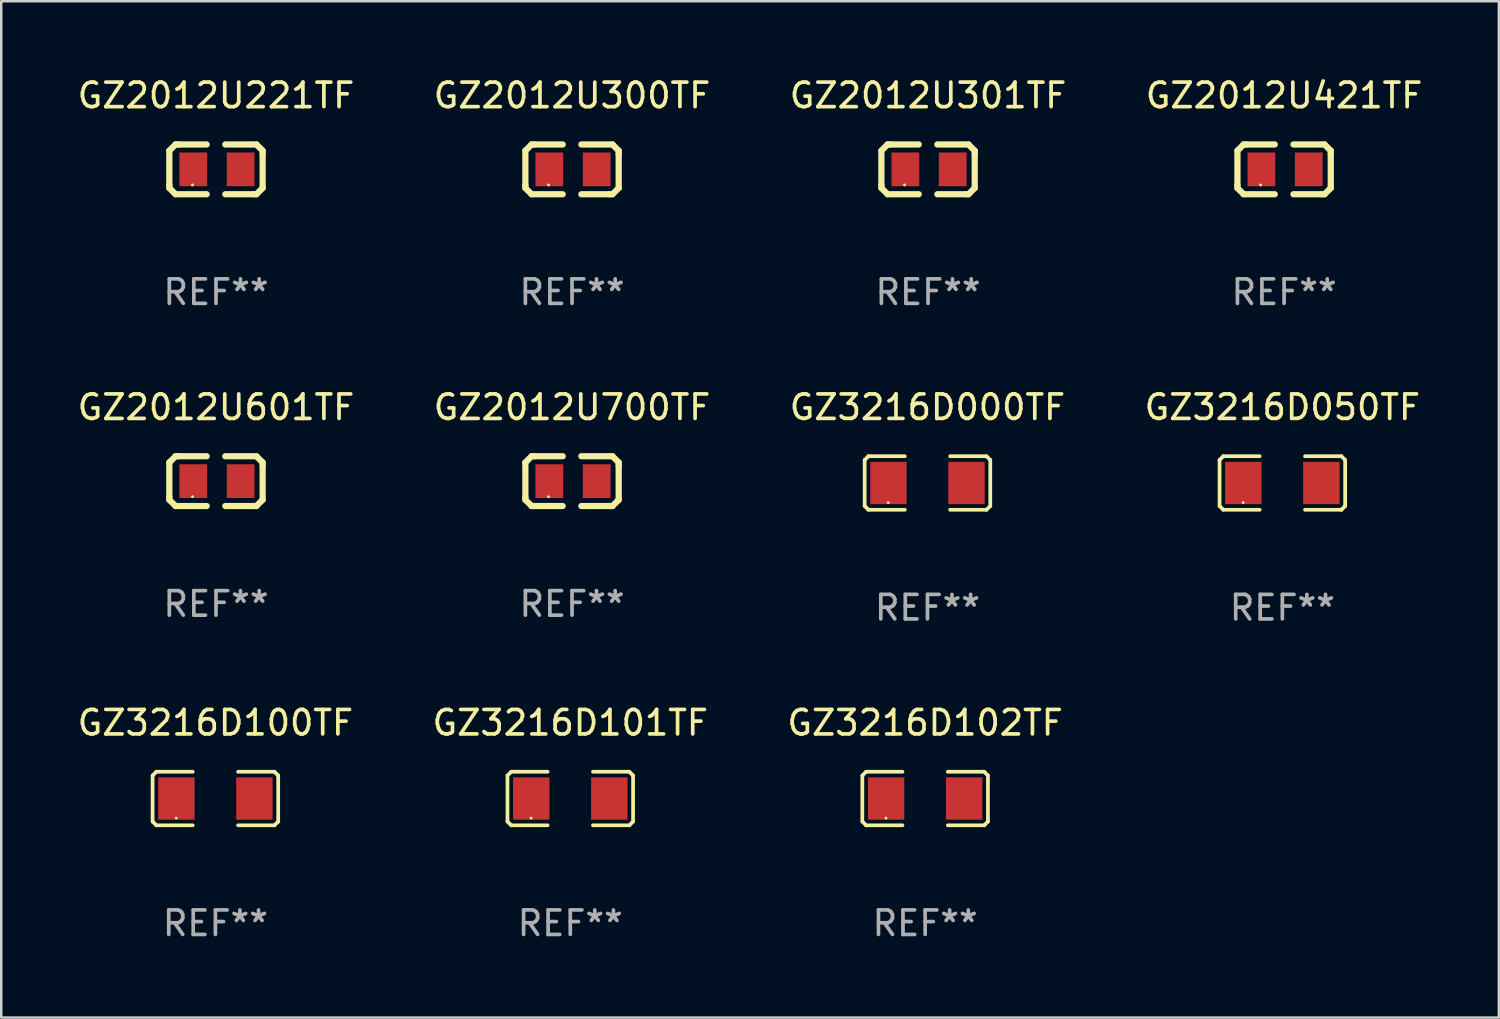
<source format=kicad_pcb>
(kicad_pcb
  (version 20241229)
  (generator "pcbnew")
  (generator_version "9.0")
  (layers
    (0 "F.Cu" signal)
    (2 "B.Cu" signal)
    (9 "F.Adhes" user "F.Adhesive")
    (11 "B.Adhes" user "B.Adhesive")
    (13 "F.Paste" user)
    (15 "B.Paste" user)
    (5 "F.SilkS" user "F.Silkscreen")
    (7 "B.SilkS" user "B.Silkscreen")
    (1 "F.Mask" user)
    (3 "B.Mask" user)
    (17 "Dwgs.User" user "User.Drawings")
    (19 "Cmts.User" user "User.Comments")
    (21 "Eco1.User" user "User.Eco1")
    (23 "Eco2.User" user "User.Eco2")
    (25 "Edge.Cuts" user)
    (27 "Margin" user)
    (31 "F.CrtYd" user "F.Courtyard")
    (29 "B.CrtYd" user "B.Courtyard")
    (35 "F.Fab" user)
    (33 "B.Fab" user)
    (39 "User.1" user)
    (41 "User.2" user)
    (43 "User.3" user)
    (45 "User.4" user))
  (footprint "GZ2012U300TF"
    (layer "F.Cu")
    (at 20.304 3.864)
    (property "Reference" "GZ2012U300TF" (at 0 -3.016 0) (layer "F.SilkS") (effects (font (size 1 1) (thickness 0.15))))
    (attr through_hole)
    (fp_line (start -1.905 -0.762) (end -1.905 0.635) (stroke (width 0.254) (type solid)) (layer "F.SilkS"))
    (fp_line (start -1.905 0.635) (end -1.905 0.762) (stroke (width 0.254) (type solid)) (layer "F.SilkS"))
    (fp_line (start -1.905 0.762) (end -1.651 1.016) (stroke (width 0.254) (type solid)) (layer "F.SilkS"))
    (fp_line (start -1.651 -1.016) (end -1.905 -0.762) (stroke (width 0.254) (type solid)) (layer "F.SilkS"))
    (fp_line (start -1.651 1.016) (end -0.381 1.016) (stroke (width 0.254) (type solid)) (layer "F.SilkS"))
    (fp_line (start -1.524 -1.016) (end -1.651 -1.016) (stroke (width 0.254) (type solid)) (layer "F.SilkS"))
    (fp_line (start -0.381 -1.016) (end -1.524 -1.016) (stroke (width 0.254) (type solid)) (layer "F.SilkS"))
    (fp_line (start 0.381 1.016) (end 1.524 1.016) (stroke (width 0.254) (type solid)) (layer "F.SilkS"))
    (fp_line (start 1.524 1.016) (end 1.651 1.016) (stroke (width 0.254) (type solid)) (layer "F.SilkS"))
    (fp_line (start 1.651 -1.016) (end 0.381 -1.016) (stroke (width 0.254) (type solid)) (layer "F.SilkS"))
    (fp_line (start 1.651 1.016) (end 1.905 0.762) (stroke (width 0.254) (type solid)) (layer "F.SilkS"))
    (fp_line (start 1.905 -0.762) (end 1.651 -1.016) (stroke (width 0.254) (type solid)) (layer "F.SilkS"))
    (fp_line (start 1.905 -0.635) (end 1.905 -0.762) (stroke (width 0.254) (type solid)) (layer "F.SilkS"))
    (fp_line (start 1.905 0.762) (end 1.905 -0.635) (stroke (width 0.254) (type solid)) (layer "F.SilkS"))
    (fp_circle (center -0.96 0.637) (end -0.93 0.637) (stroke (width 0.06) (type solid)) (fill no) (layer "F.SilkS"))
    (fp_text user "REF**" (at 0 5.016 0) (layer "F.Fab") (effects (font (size 1 1) (thickness 0.15))))
    (pad "1" smd rect (at -0.926 -0.000051) (size 1.133 1.377) (layers "F.Cu" "F.Mask" "F.Paste"))
    (pad "2" smd rect (at 1.006 -0.000051) (size 1.133 1.377) (layers "F.Cu" "F.Mask" "F.Paste")))
  (footprint "GZ2012U221TF"
    (layer "F.Cu")
    (at 5.768 3.864)
    (property "Reference" "GZ2012U221TF" (at 0 -3.016 0) (layer "F.SilkS") (effects (font (size 1 1) (thickness 0.15))))
    (attr through_hole)
    (fp_line (start -1.905 -0.762) (end -1.905 0.635) (stroke (width 0.254) (type solid)) (layer "F.SilkS"))
    (fp_line (start -1.905 0.635) (end -1.905 0.762) (stroke (width 0.254) (type solid)) (layer "F.SilkS"))
    (fp_line (start -1.905 0.762) (end -1.651 1.016) (stroke (width 0.254) (type solid)) (layer "F.SilkS"))
    (fp_line (start -1.651 -1.016) (end -1.905 -0.762) (stroke (width 0.254) (type solid)) (layer "F.SilkS"))
    (fp_line (start -1.651 1.016) (end -0.381 1.016) (stroke (width 0.254) (type solid)) (layer "F.SilkS"))
    (fp_line (start -1.524 -1.016) (end -1.651 -1.016) (stroke (width 0.254) (type solid)) (layer "F.SilkS"))
    (fp_line (start -0.381 -1.016) (end -1.524 -1.016) (stroke (width 0.254) (type solid)) (layer "F.SilkS"))
    (fp_line (start 0.381 1.016) (end 1.524 1.016) (stroke (width 0.254) (type solid)) (layer "F.SilkS"))
    (fp_line (start 1.524 1.016) (end 1.651 1.016) (stroke (width 0.254) (type solid)) (layer "F.SilkS"))
    (fp_line (start 1.651 -1.016) (end 0.381 -1.016) (stroke (width 0.254) (type solid)) (layer "F.SilkS"))
    (fp_line (start 1.651 1.016) (end 1.905 0.762) (stroke (width 0.254) (type solid)) (layer "F.SilkS"))
    (fp_line (start 1.905 -0.762) (end 1.651 -1.016) (stroke (width 0.254) (type solid)) (layer "F.SilkS"))
    (fp_line (start 1.905 -0.635) (end 1.905 -0.762) (stroke (width 0.254) (type solid)) (layer "F.SilkS"))
    (fp_line (start 1.905 0.762) (end 1.905 -0.635) (stroke (width 0.254) (type solid)) (layer "F.SilkS"))
    (fp_circle (center -0.96 0.637) (end -0.93 0.637) (stroke (width 0.06) (type solid)) (fill no) (layer "F.SilkS"))
    (fp_text user "REF**" (at 0 5.016 0) (layer "F.Fab") (effects (font (size 1 1) (thickness 0.15))))
    (pad "1" smd rect (at -0.926 -0.000051) (size 1.133 1.377) (layers "F.Cu" "F.Mask" "F.Paste"))
    (pad "2" smd rect (at 1.006 -0.000051) (size 1.133 1.377) (layers "F.Cu" "F.Mask" "F.Paste")))
  (footprint "GZ3216D100TF"
    (layer "F.Cu")
    (at 5.744 29.551)
    (property "Reference" "GZ3216D100TF" (at 0 -3.093 0) (layer "F.SilkS") (effects (font (size 1 1) (thickness 0.15))))
    (attr through_hole)
    (fp_line (start -2.564 -0.94) (end -2.411 -1.093) (stroke (width 0.152) (type solid)) (layer "F.SilkS"))
    (fp_line (start -2.564 0.94) (end -2.564 -0.94) (stroke (width 0.152) (type solid)) (layer "F.SilkS"))
    (fp_line (start -2.411 -1.093) (end -0.926 -1.093) (stroke (width 0.152) (type solid)) (layer "F.SilkS"))
    (fp_line (start -2.411 1.093) (end -2.564 0.94) (stroke (width 0.152) (type solid)) (layer "F.SilkS"))
    (fp_line (start -0.926 1.093) (end -2.411 1.093) (stroke (width 0.152) (type solid)) (layer "F.SilkS"))
    (fp_line (start 0.926 1.093) (end 2.411 1.093) (stroke (width 0.152) (type solid)) (layer "F.SilkS"))
    (fp_line (start 2.411 -1.093) (end 0.926 -1.093) (stroke (width 0.152) (type solid)) (layer "F.SilkS"))
    (fp_line (start 2.411 1.093) (end 2.564 0.94) (stroke (width 0.152) (type solid)) (layer "F.SilkS"))
    (fp_line (start 2.564 -0.94) (end 2.411 -1.093) (stroke (width 0.152) (type solid)) (layer "F.SilkS"))
    (fp_line (start 2.564 0.94) (end 2.564 -0.94) (stroke (width 0.152) (type solid)) (layer "F.SilkS"))
    (fp_circle (center -1.6 0.8) (end -1.57 0.8) (stroke (width 0.06) (type solid)) (fill no) (layer "F.SilkS"))
    (fp_text user "REF**" (at 0 5.093 0) (layer "F.Fab") (effects (font (size 1 1) (thickness 0.15))))
    (pad "1" smd rect (at -1.593 0) (size 1.485 1.728) (layers "F.Cu" "F.Mask" "F.Paste"))
    (pad "2" smd rect (at 1.593 0) (size 1.485 1.728) (layers "F.Cu" "F.Mask" "F.Paste")))
  (footprint "GZ2012U421TF"
    (layer "F.Cu")
    (at 49.375 3.864)
    (property "Reference" "GZ2012U421TF" (at 0 -3.016 0) (layer "F.SilkS") (effects (font (size 1 1) (thickness 0.15))))
    (attr through_hole)
    (fp_line (start -1.905 -0.762) (end -1.905 0.635) (stroke (width 0.254) (type solid)) (layer "F.SilkS"))
    (fp_line (start -1.905 0.635) (end -1.905 0.762) (stroke (width 0.254) (type solid)) (layer "F.SilkS"))
    (fp_line (start -1.905 0.762) (end -1.651 1.016) (stroke (width 0.254) (type solid)) (layer "F.SilkS"))
    (fp_line (start -1.651 -1.016) (end -1.905 -0.762) (stroke (width 0.254) (type solid)) (layer "F.SilkS"))
    (fp_line (start -1.651 1.016) (end -0.381 1.016) (stroke (width 0.254) (type solid)) (layer "F.SilkS"))
    (fp_line (start -1.524 -1.016) (end -1.651 -1.016) (stroke (width 0.254) (type solid)) (layer "F.SilkS"))
    (fp_line (start -0.381 -1.016) (end -1.524 -1.016) (stroke (width 0.254) (type solid)) (layer "F.SilkS"))
    (fp_line (start 0.381 1.016) (end 1.524 1.016) (stroke (width 0.254) (type solid)) (layer "F.SilkS"))
    (fp_line (start 1.524 1.016) (end 1.651 1.016) (stroke (width 0.254) (type solid)) (layer "F.SilkS"))
    (fp_line (start 1.651 -1.016) (end 0.381 -1.016) (stroke (width 0.254) (type solid)) (layer "F.SilkS"))
    (fp_line (start 1.651 1.016) (end 1.905 0.762) (stroke (width 0.254) (type solid)) (layer "F.SilkS"))
    (fp_line (start 1.905 -0.762) (end 1.651 -1.016) (stroke (width 0.254) (type solid)) (layer "F.SilkS"))
    (fp_line (start 1.905 -0.635) (end 1.905 -0.762) (stroke (width 0.254) (type solid)) (layer "F.SilkS"))
    (fp_line (start 1.905 0.762) (end 1.905 -0.635) (stroke (width 0.254) (type solid)) (layer "F.SilkS"))
    (fp_circle (center -0.96 0.637) (end -0.93 0.637) (stroke (width 0.06) (type solid)) (fill no) (layer "F.SilkS"))
    (fp_text user "REF**" (at 0 5.016 0) (layer "F.Fab") (effects (font (size 1 1) (thickness 0.15))))
    (pad "1" smd rect (at -0.926 -0.000051) (size 1.133 1.377) (layers "F.Cu" "F.Mask" "F.Paste"))
    (pad "2" smd rect (at 1.006 -0.000051) (size 1.133 1.377) (layers "F.Cu" "F.Mask" "F.Paste")))
  (footprint "GZ3216D101TF"
    (layer "F.Cu")
    (at 20.232 29.551)
    (property "Reference" "GZ3216D101TF" (at 0 -3.093 0) (layer "F.SilkS") (effects (font (size 1 1) (thickness 0.15))))
    (attr through_hole)
    (fp_line (start -2.564 -0.94) (end -2.411 -1.093) (stroke (width 0.152) (type solid)) (layer "F.SilkS"))
    (fp_line (start -2.564 0.94) (end -2.564 -0.94) (stroke (width 0.152) (type solid)) (layer "F.SilkS"))
    (fp_line (start -2.411 -1.093) (end -0.926 -1.093) (stroke (width 0.152) (type solid)) (layer "F.SilkS"))
    (fp_line (start -2.411 1.093) (end -2.564 0.94) (stroke (width 0.152) (type solid)) (layer "F.SilkS"))
    (fp_line (start -0.926 1.093) (end -2.411 1.093) (stroke (width 0.152) (type solid)) (layer "F.SilkS"))
    (fp_line (start 0.926 1.093) (end 2.411 1.093) (stroke (width 0.152) (type solid)) (layer "F.SilkS"))
    (fp_line (start 2.411 -1.093) (end 0.926 -1.093) (stroke (width 0.152) (type solid)) (layer "F.SilkS"))
    (fp_line (start 2.411 1.093) (end 2.564 0.94) (stroke (width 0.152) (type solid)) (layer "F.SilkS"))
    (fp_line (start 2.564 -0.94) (end 2.411 -1.093) (stroke (width 0.152) (type solid)) (layer "F.SilkS"))
    (fp_line (start 2.564 0.94) (end 2.564 -0.94) (stroke (width 0.152) (type solid)) (layer "F.SilkS"))
    (fp_circle (center -1.6 0.8) (end -1.57 0.8) (stroke (width 0.06) (type solid)) (fill no) (layer "F.SilkS"))
    (fp_text user "REF**" (at 0 5.093 0) (layer "F.Fab") (effects (font (size 1 1) (thickness 0.15))))
    (pad "1" smd rect (at -1.593 0) (size 1.485 1.728) (layers "F.Cu" "F.Mask" "F.Paste"))
    (pad "2" smd rect (at 1.593 0) (size 1.485 1.728) (layers "F.Cu" "F.Mask" "F.Paste")))
  (footprint "GZ2012U301TF"
    (layer "F.Cu")
    (at 34.839 3.864)
    (property "Reference" "GZ2012U301TF" (at 0 -3.016 0) (layer "F.SilkS") (effects (font (size 1 1) (thickness 0.15))))
    (attr through_hole)
    (fp_line (start -1.905 -0.762) (end -1.905 0.635) (stroke (width 0.254) (type solid)) (layer "F.SilkS"))
    (fp_line (start -1.905 0.635) (end -1.905 0.762) (stroke (width 0.254) (type solid)) (layer "F.SilkS"))
    (fp_line (start -1.905 0.762) (end -1.651 1.016) (stroke (width 0.254) (type solid)) (layer "F.SilkS"))
    (fp_line (start -1.651 -1.016) (end -1.905 -0.762) (stroke (width 0.254) (type solid)) (layer "F.SilkS"))
    (fp_line (start -1.651 1.016) (end -0.381 1.016) (stroke (width 0.254) (type solid)) (layer "F.SilkS"))
    (fp_line (start -1.524 -1.016) (end -1.651 -1.016) (stroke (width 0.254) (type solid)) (layer "F.SilkS"))
    (fp_line (start -0.381 -1.016) (end -1.524 -1.016) (stroke (width 0.254) (type solid)) (layer "F.SilkS"))
    (fp_line (start 0.381 1.016) (end 1.524 1.016) (stroke (width 0.254) (type solid)) (layer "F.SilkS"))
    (fp_line (start 1.524 1.016) (end 1.651 1.016) (stroke (width 0.254) (type solid)) (layer "F.SilkS"))
    (fp_line (start 1.651 -1.016) (end 0.381 -1.016) (stroke (width 0.254) (type solid)) (layer "F.SilkS"))
    (fp_line (start 1.651 1.016) (end 1.905 0.762) (stroke (width 0.254) (type solid)) (layer "F.SilkS"))
    (fp_line (start 1.905 -0.762) (end 1.651 -1.016) (stroke (width 0.254) (type solid)) (layer "F.SilkS"))
    (fp_line (start 1.905 -0.635) (end 1.905 -0.762) (stroke (width 0.254) (type solid)) (layer "F.SilkS"))
    (fp_line (start 1.905 0.762) (end 1.905 -0.635) (stroke (width 0.254) (type solid)) (layer "F.SilkS"))
    (fp_circle (center -0.96 0.637) (end -0.93 0.637) (stroke (width 0.06) (type solid)) (fill no) (layer "F.SilkS"))
    (fp_text user "REF**" (at 0 5.016 0) (layer "F.Fab") (effects (font (size 1 1) (thickness 0.15))))
    (pad "1" smd rect (at -0.926 -0.000051) (size 1.133 1.377) (layers "F.Cu" "F.Mask" "F.Paste"))
    (pad "2" smd rect (at 1.006 -0.000051) (size 1.133 1.377) (layers "F.Cu" "F.Mask" "F.Paste")))
  (footprint "GZ3216D000TF"
    (layer "F.Cu")
    (at 34.815 16.669)
    (property "Reference" "GZ3216D000TF" (at 0 -3.093 0) (layer "F.SilkS") (effects (font (size 1 1) (thickness 0.15))))
    (attr through_hole)
    (fp_line (start -2.564 -0.94) (end -2.411 -1.093) (stroke (width 0.152) (type solid)) (layer "F.SilkS"))
    (fp_line (start -2.564 0.94) (end -2.564 -0.94) (stroke (width 0.152) (type solid)) (layer "F.SilkS"))
    (fp_line (start -2.411 -1.093) (end -0.926 -1.093) (stroke (width 0.152) (type solid)) (layer "F.SilkS"))
    (fp_line (start -2.411 1.093) (end -2.564 0.94) (stroke (width 0.152) (type solid)) (layer "F.SilkS"))
    (fp_line (start -0.926 1.093) (end -2.411 1.093) (stroke (width 0.152) (type solid)) (layer "F.SilkS"))
    (fp_line (start 0.926 1.093) (end 2.411 1.093) (stroke (width 0.152) (type solid)) (layer "F.SilkS"))
    (fp_line (start 2.411 -1.093) (end 0.926 -1.093) (stroke (width 0.152) (type solid)) (layer "F.SilkS"))
    (fp_line (start 2.411 1.093) (end 2.564 0.94) (stroke (width 0.152) (type solid)) (layer "F.SilkS"))
    (fp_line (start 2.564 -0.94) (end 2.411 -1.093) (stroke (width 0.152) (type solid)) (layer "F.SilkS"))
    (fp_line (start 2.564 0.94) (end 2.564 -0.94) (stroke (width 0.152) (type solid)) (layer "F.SilkS"))
    (fp_circle (center -1.6 0.8) (end -1.57 0.8) (stroke (width 0.06) (type solid)) (fill no) (layer "F.SilkS"))
    (fp_text user "REF**" (at 0 5.093 0) (layer "F.Fab") (effects (font (size 1 1) (thickness 0.15))))
    (pad "1" smd rect (at -1.593 0) (size 1.485 1.728) (layers "F.Cu" "F.Mask" "F.Paste"))
    (pad "2" smd rect (at 1.593 0) (size 1.485 1.728) (layers "F.Cu" "F.Mask" "F.Paste")))
  (footprint "GZ3216D050TF"
    (layer "F.Cu")
    (at 49.304 16.669)
    (property "Reference" "GZ3216D050TF" (at 0 -3.093 0) (layer "F.SilkS") (effects (font (size 1 1) (thickness 0.15))))
    (attr through_hole)
    (fp_line (start -2.564 -0.94) (end -2.411 -1.093) (stroke (width 0.152) (type solid)) (layer "F.SilkS"))
    (fp_line (start -2.564 0.94) (end -2.564 -0.94) (stroke (width 0.152) (type solid)) (layer "F.SilkS"))
    (fp_line (start -2.411 -1.093) (end -0.926 -1.093) (stroke (width 0.152) (type solid)) (layer "F.SilkS"))
    (fp_line (start -2.411 1.093) (end -2.564 0.94) (stroke (width 0.152) (type solid)) (layer "F.SilkS"))
    (fp_line (start -0.926 1.093) (end -2.411 1.093) (stroke (width 0.152) (type solid)) (layer "F.SilkS"))
    (fp_line (start 0.926 1.093) (end 2.411 1.093) (stroke (width 0.152) (type solid)) (layer "F.SilkS"))
    (fp_line (start 2.411 -1.093) (end 0.926 -1.093) (stroke (width 0.152) (type solid)) (layer "F.SilkS"))
    (fp_line (start 2.411 1.093) (end 2.564 0.94) (stroke (width 0.152) (type solid)) (layer "F.SilkS"))
    (fp_line (start 2.564 -0.94) (end 2.411 -1.093) (stroke (width 0.152) (type solid)) (layer "F.SilkS"))
    (fp_line (start 2.564 0.94) (end 2.564 -0.94) (stroke (width 0.152) (type solid)) (layer "F.SilkS"))
    (fp_circle (center -1.6 0.8) (end -1.57 0.8) (stroke (width 0.06) (type solid)) (fill no) (layer "F.SilkS"))
    (fp_text user "REF**" (at 0 5.093 0) (layer "F.Fab") (effects (font (size 1 1) (thickness 0.15))))
    (pad "1" smd rect (at -1.593 0) (size 1.485 1.728) (layers "F.Cu" "F.Mask" "F.Paste"))
    (pad "2" smd rect (at 1.593 0) (size 1.485 1.728) (layers "F.Cu" "F.Mask" "F.Paste")))
  (footprint "GZ2012U601TF"
    (layer "F.Cu")
    (at 5.768 16.593)
    (property "Reference" "GZ2012U601TF" (at 0 -3.016 0) (layer "F.SilkS") (effects (font (size 1 1) (thickness 0.15))))
    (attr through_hole)
    (fp_line (start -1.905 -0.762) (end -1.905 0.635) (stroke (width 0.254) (type solid)) (layer "F.SilkS"))
    (fp_line (start -1.905 0.635) (end -1.905 0.762) (stroke (width 0.254) (type solid)) (layer "F.SilkS"))
    (fp_line (start -1.905 0.762) (end -1.651 1.016) (stroke (width 0.254) (type solid)) (layer "F.SilkS"))
    (fp_line (start -1.651 -1.016) (end -1.905 -0.762) (stroke (width 0.254) (type solid)) (layer "F.SilkS"))
    (fp_line (start -1.651 1.016) (end -0.381 1.016) (stroke (width 0.254) (type solid)) (layer "F.SilkS"))
    (fp_line (start -1.524 -1.016) (end -1.651 -1.016) (stroke (width 0.254) (type solid)) (layer "F.SilkS"))
    (fp_line (start -0.381 -1.016) (end -1.524 -1.016) (stroke (width 0.254) (type solid)) (layer "F.SilkS"))
    (fp_line (start 0.381 1.016) (end 1.524 1.016) (stroke (width 0.254) (type solid)) (layer "F.SilkS"))
    (fp_line (start 1.524 1.016) (end 1.651 1.016) (stroke (width 0.254) (type solid)) (layer "F.SilkS"))
    (fp_line (start 1.651 -1.016) (end 0.381 -1.016) (stroke (width 0.254) (type solid)) (layer "F.SilkS"))
    (fp_line (start 1.651 1.016) (end 1.905 0.762) (stroke (width 0.254) (type solid)) (layer "F.SilkS"))
    (fp_line (start 1.905 -0.762) (end 1.651 -1.016) (stroke (width 0.254) (type solid)) (layer "F.SilkS"))
    (fp_line (start 1.905 -0.635) (end 1.905 -0.762) (stroke (width 0.254) (type solid)) (layer "F.SilkS"))
    (fp_line (start 1.905 0.762) (end 1.905 -0.635) (stroke (width 0.254) (type solid)) (layer "F.SilkS"))
    (fp_circle (center -0.96 0.637) (end -0.93 0.637) (stroke (width 0.06) (type solid)) (fill no) (layer "F.SilkS"))
    (fp_text user "REF**" (at 0 5.016 0) (layer "F.Fab") (effects (font (size 1 1) (thickness 0.15))))
    (pad "1" smd rect (at -0.926 -0.000051) (size 1.133 1.377) (layers "F.Cu" "F.Mask" "F.Paste"))
    (pad "2" smd rect (at 1.006 -0.000051) (size 1.133 1.377) (layers "F.Cu" "F.Mask" "F.Paste")))
  (footprint "GZ3216D102TF"
    (layer "F.Cu")
    (at 34.72 29.551)
    (property "Reference" "GZ3216D102TF" (at 0 -3.093 0) (layer "F.SilkS") (effects (font (size 1 1) (thickness 0.15))))
    (attr through_hole)
    (fp_line (start -2.564 -0.94) (end -2.411 -1.093) (stroke (width 0.152) (type solid)) (layer "F.SilkS"))
    (fp_line (start -2.564 0.94) (end -2.564 -0.94) (stroke (width 0.152) (type solid)) (layer "F.SilkS"))
    (fp_line (start -2.411 -1.093) (end -0.926 -1.093) (stroke (width 0.152) (type solid)) (layer "F.SilkS"))
    (fp_line (start -2.411 1.093) (end -2.564 0.94) (stroke (width 0.152) (type solid)) (layer "F.SilkS"))
    (fp_line (start -0.926 1.093) (end -2.411 1.093) (stroke (width 0.152) (type solid)) (layer "F.SilkS"))
    (fp_line (start 0.926 1.093) (end 2.411 1.093) (stroke (width 0.152) (type solid)) (layer "F.SilkS"))
    (fp_line (start 2.411 -1.093) (end 0.926 -1.093) (stroke (width 0.152) (type solid)) (layer "F.SilkS"))
    (fp_line (start 2.411 1.093) (end 2.564 0.94) (stroke (width 0.152) (type solid)) (layer "F.SilkS"))
    (fp_line (start 2.564 -0.94) (end 2.411 -1.093) (stroke (width 0.152) (type solid)) (layer "F.SilkS"))
    (fp_line (start 2.564 0.94) (end 2.564 -0.94) (stroke (width 0.152) (type solid)) (layer "F.SilkS"))
    (fp_circle (center -1.6 0.8) (end -1.57 0.8) (stroke (width 0.06) (type solid)) (fill no) (layer "F.SilkS"))
    (fp_text user "REF**" (at 0 5.093 0) (layer "F.Fab") (effects (font (size 1 1) (thickness 0.15))))
    (pad "1" smd rect (at -1.593 0) (size 1.485 1.728) (layers "F.Cu" "F.Mask" "F.Paste"))
    (pad "2" smd rect (at 1.593 0) (size 1.485 1.728) (layers "F.Cu" "F.Mask" "F.Paste")))
  (footprint "GZ2012U700TF"
    (layer "F.Cu")
    (at 20.304 16.593)
    (property "Reference" "GZ2012U700TF" (at 0 -3.016 0) (layer "F.SilkS") (effects (font (size 1 1) (thickness 0.15))))
    (attr through_hole)
    (fp_line (start -1.905 -0.762) (end -1.905 0.635) (stroke (width 0.254) (type solid)) (layer "F.SilkS"))
    (fp_line (start -1.905 0.635) (end -1.905 0.762) (stroke (width 0.254) (type solid)) (layer "F.SilkS"))
    (fp_line (start -1.905 0.762) (end -1.651 1.016) (stroke (width 0.254) (type solid)) (layer "F.SilkS"))
    (fp_line (start -1.651 -1.016) (end -1.905 -0.762) (stroke (width 0.254) (type solid)) (layer "F.SilkS"))
    (fp_line (start -1.651 1.016) (end -0.381 1.016) (stroke (width 0.254) (type solid)) (layer "F.SilkS"))
    (fp_line (start -1.524 -1.016) (end -1.651 -1.016) (stroke (width 0.254) (type solid)) (layer "F.SilkS"))
    (fp_line (start -0.381 -1.016) (end -1.524 -1.016) (stroke (width 0.254) (type solid)) (layer "F.SilkS"))
    (fp_line (start 0.381 1.016) (end 1.524 1.016) (stroke (width 0.254) (type solid)) (layer "F.SilkS"))
    (fp_line (start 1.524 1.016) (end 1.651 1.016) (stroke (width 0.254) (type solid)) (layer "F.SilkS"))
    (fp_line (start 1.651 -1.016) (end 0.381 -1.016) (stroke (width 0.254) (type solid)) (layer "F.SilkS"))
    (fp_line (start 1.651 1.016) (end 1.905 0.762) (stroke (width 0.254) (type solid)) (layer "F.SilkS"))
    (fp_line (start 1.905 -0.762) (end 1.651 -1.016) (stroke (width 0.254) (type solid)) (layer "F.SilkS"))
    (fp_line (start 1.905 -0.635) (end 1.905 -0.762) (stroke (width 0.254) (type solid)) (layer "F.SilkS"))
    (fp_line (start 1.905 0.762) (end 1.905 -0.635) (stroke (width 0.254) (type solid)) (layer "F.SilkS"))
    (fp_circle (center -0.96 0.637) (end -0.93 0.637) (stroke (width 0.06) (type solid)) (fill no) (layer "F.SilkS"))
    (fp_text user "REF**" (at 0 5.016 0) (layer "F.Fab") (effects (font (size 1 1) (thickness 0.15))))
    (pad "1" smd rect (at -0.926 -0.000051) (size 1.133 1.377) (layers "F.Cu" "F.Mask" "F.Paste"))
    (pad "2" smd rect (at 1.006 -0.000051) (size 1.133 1.377) (layers "F.Cu" "F.Mask" "F.Paste")))
  (gr_rect
    (start -3 -3)
    (end 58.143 38.492)
    (stroke (width 0.1) (type default))
    (fill no)
    (layer "Edge.Cuts")))
</source>
